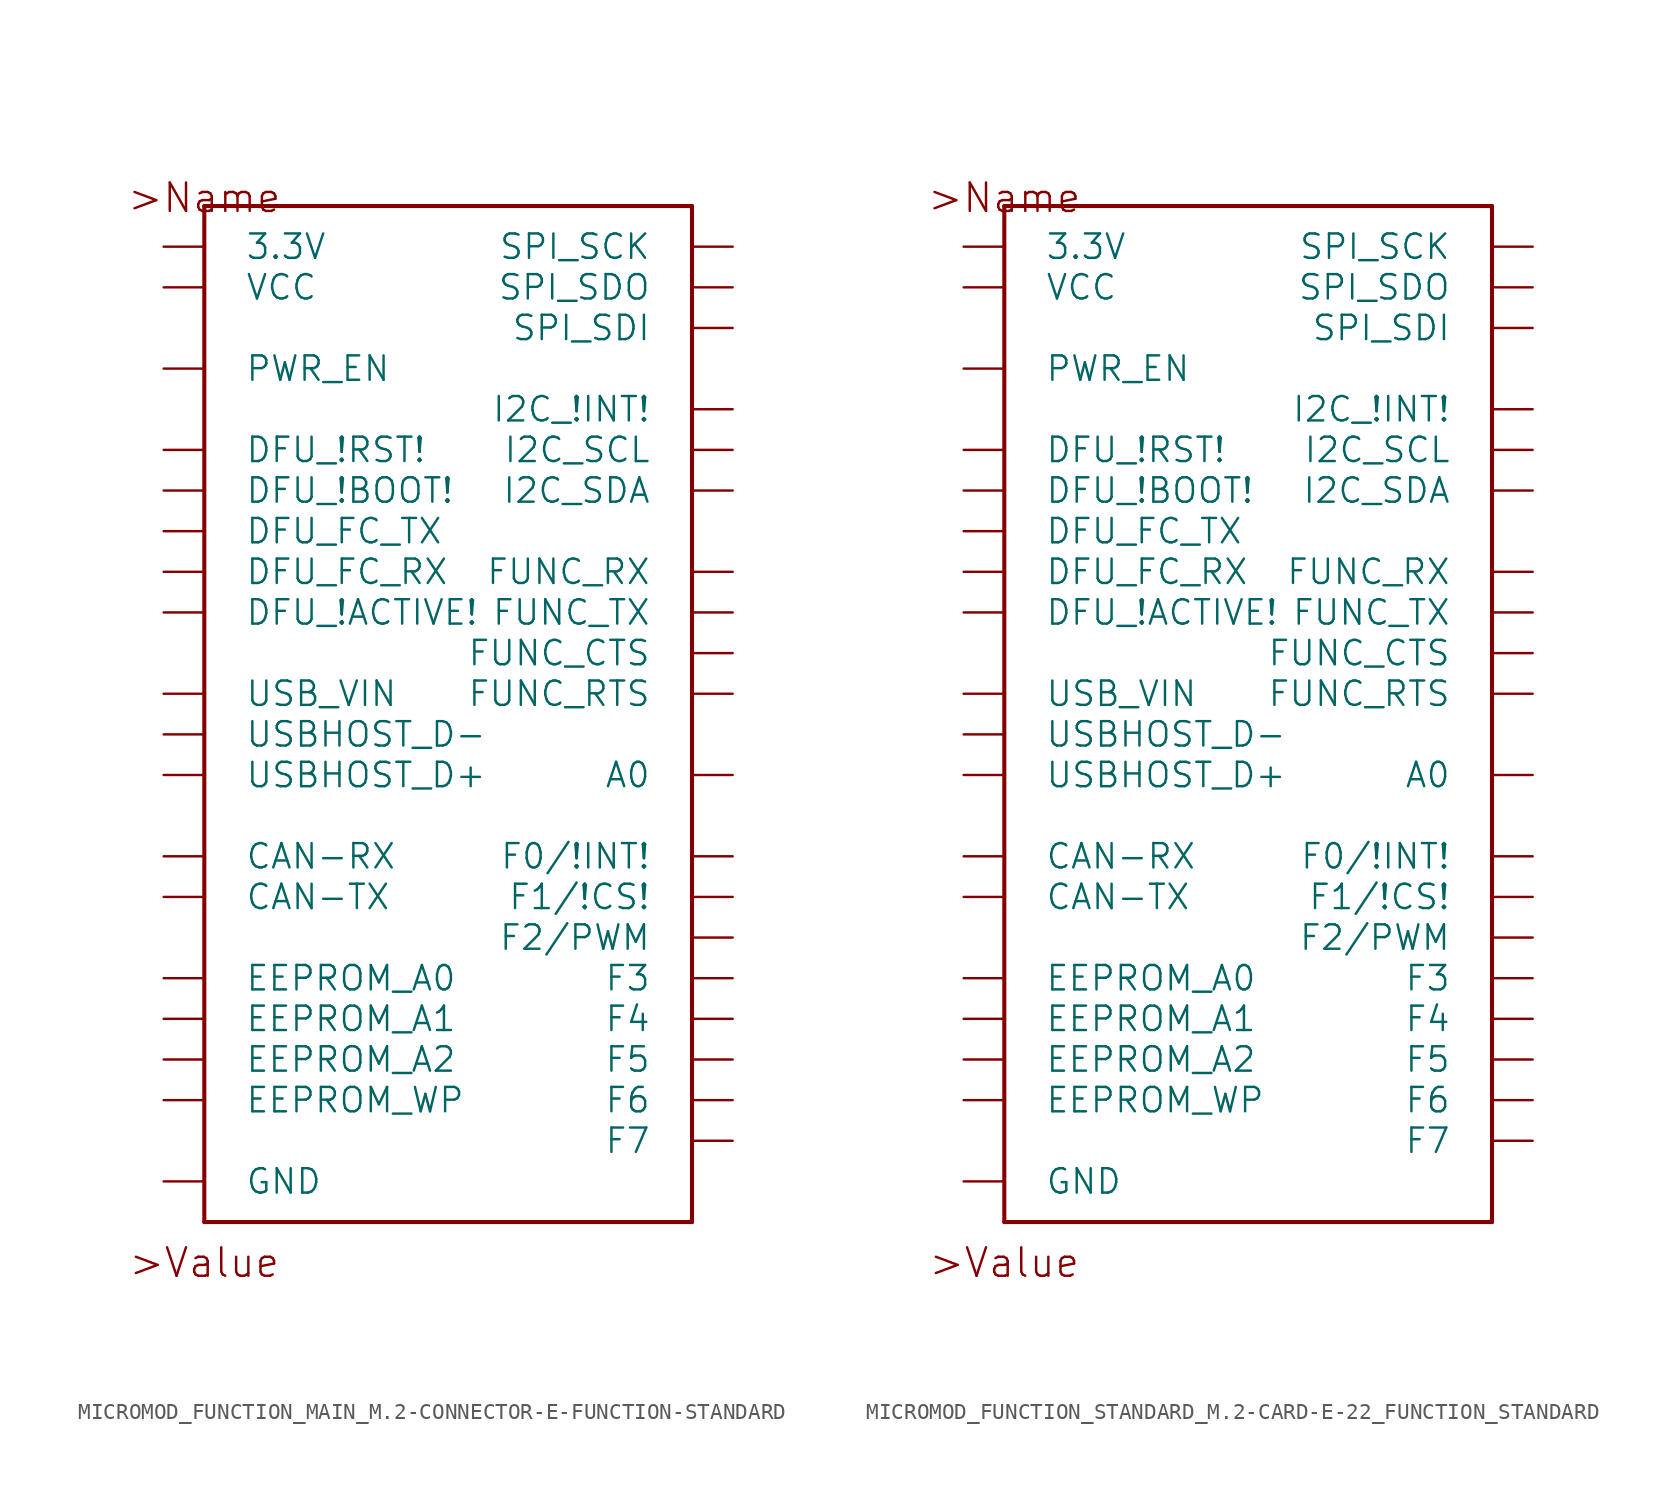
<source format=kicad_sym>
(kicad_symbol_lib
  (version 20211014)
  (generator kicad_symbol_editor)
  (symbol "MICROMOD_FUNCTION_MAIN_M.2-CONNECTOR-E-FUNCTION-STANDARD"
    (pin_names
      (offset 2.54))
    (property "Reference" "U"
      (at 0 0 0)
      (effects (font (size 0 0)) hide))
    (symbol "MICROMOD_FUNCTION_MAIN_M.2-CONNECTOR-E-FUNCTION-STANDARD_0_0"
      (polyline (pts (xy -15.24 -35.56) (xy -15.24 27.94)) (stroke (width 0.254) (type default) (color 0 0 0 0)) (fill (type none)))
      (polyline (pts (xy -15.24 27.94) (xy 15.24 27.94)) (stroke (width 0.254) (type default) (color 0 0 0 0)) (fill (type none)))
      (polyline (pts (xy 15.24 -35.56) (xy -15.24 -35.56)) (stroke (width 0.254) (type default) (color 0 0 0 0)) (fill (type none)))
      (polyline (pts (xy 15.24 27.94) (xy 15.24 -35.56)) (stroke (width 0.254) (type default) (color 0 0 0 0)) (fill (type none)))
      (text ">Name" (at -15.24 28.448 0) (effects (font (size 1.778 1.778))))
      (text ">Value" (at -15.24 -38.1 0) (effects (font (size 1.778 1.778))))
      (pin bidirectional line (at -17.78 -33.02 0) (length 2.54) (name "GND" (effects (font (size 1.524 1.524)))) (number "1" (effects (font (size 0 0)))))
      (pin bidirectional line (at -17.78 2.54 0) (length 2.54) (name "DFU_!ACTIVE!" (effects (font (size 1.524 1.524)))) (number "10" (effects (font (size 0 0)))))
      (pin bidirectional line (at 17.78 2.54 180) (length 2.54) (name "FUNC_TX" (effects (font (size 1.524 1.524)))) (number "13" (effects (font (size 0 0)))))
      (pin bidirectional line (at 17.78 5.08 180) (length 2.54) (name "FUNC_RX" (effects (font (size 1.524 1.524)))) (number "15" (effects (font (size 0 0)))))
      (pin bidirectional line (at 17.78 -2.54 180) (length 2.54) (name "FUNC_RTS" (effects (font (size 1.524 1.524)))) (number "16" (effects (font (size 0 0)))))
      (pin bidirectional line (at 17.78 0 180) (length 2.54) (name "FUNC_CTS" (effects (font (size 1.524 1.524)))) (number "18" (effects (font (size 0 0)))))
      (pin bidirectional line (at 17.78 10.16 180) (length 2.54) (name "I2C_SDA" (effects (font (size 1.524 1.524)))) (number "19" (effects (font (size 0 0)))))
      (pin bidirectional line (at -17.78 -33.02 0) (length 2.54) hide (name "GND" (effects (font (size 1.524 1.524)))) (number "2" (effects (font (size 0 0)))))
      (pin bidirectional line (at 17.78 12.7 180) (length 2.54) (name "I2C_SCL" (effects (font (size 1.524 1.524)))) (number "21" (effects (font (size 0 0)))))
      (pin bidirectional line (at 17.78 15.24 180) (length 2.54) (name "I2C_!INT!" (effects (font (size 1.524 1.524)))) (number "23" (effects (font (size 0 0)))))
      (pin bidirectional line (at 17.78 25.4 180) (length 2.54) (name "SPI_SCK" (effects (font (size 1.524 1.524)))) (number "3" (effects (font (size 0 0)))))
      (pin bidirectional line (at -17.78 -25.4 0) (length 2.54) (name "EEPROM_A2" (effects (font (size 1.524 1.524)))) (number "32" (effects (font (size 0 0)))))
      (pin bidirectional line (at -17.78 -33.02 0) (length 2.54) hide (name "GND" (effects (font (size 1.524 1.524)))) (number "33" (effects (font (size 0 0)))))
      (pin bidirectional line (at -17.78 -22.86 0) (length 2.54) (name "EEPROM_A1" (effects (font (size 1.524 1.524)))) (number "34" (effects (font (size 0 0)))))
      (pin bidirectional line (at -17.78 -7.62 0) (length 2.54) (name "USBHOST_D+" (effects (font (size 1.524 1.524)))) (number "35" (effects (font (size 0 0)))))
      (pin bidirectional line (at -17.78 -20.32 0) (length 2.54) (name "EEPROM_A0" (effects (font (size 1.524 1.524)))) (number "36" (effects (font (size 0 0)))))
      (pin bidirectional line (at -17.78 -5.08 0) (length 2.54) (name "USBHOST_D-" (effects (font (size 1.524 1.524)))) (number "37" (effects (font (size 0 0)))))
      (pin bidirectional line (at 17.78 -7.62 180) (length 2.54) (name "A0" (effects (font (size 1.524 1.524)))) (number "38" (effects (font (size 0 0)))))
      (pin bidirectional line (at -17.78 -33.02 0) (length 2.54) hide (name "GND" (effects (font (size 1.524 1.524)))) (number "39" (effects (font (size 0 0)))))
      (pin bidirectional line (at -17.78 7.62 0) (length 2.54) (name "DFU_FC_TX" (effects (font (size 1.524 1.524)))) (number "4" (effects (font (size 0 0)))))
      (pin bidirectional line (at -17.78 -27.94 0) (length 2.54) (name "EEPROM_WP" (effects (font (size 1.524 1.524)))) (number "40" (effects (font (size 0 0)))))
      (pin bidirectional line (at -17.78 -15.24 0) (length 2.54) (name "CAN-TX" (effects (font (size 1.524 1.524)))) (number "41" (effects (font (size 0 0)))))
      (pin bidirectional line (at -17.78 -12.7 0) (length 2.54) (name "CAN-RX" (effects (font (size 1.524 1.524)))) (number "43" (effects (font (size 0 0)))))
      (pin bidirectional line (at -17.78 -33.02 0) (length 2.54) hide (name "GND" (effects (font (size 1.524 1.524)))) (number "45" (effects (font (size 0 0)))))
      (pin bidirectional line (at 17.78 -12.7 180) (length 2.54) (name "F0/!INT!" (effects (font (size 1.524 1.524)))) (number "47" (effects (font (size 0 0)))))
      (pin bidirectional line (at 17.78 -15.24 180) (length 2.54) (name "F1/!CS!" (effects (font (size 1.524 1.524)))) (number "49" (effects (font (size 0 0)))))
      (pin bidirectional line (at 17.78 20.32 180) (length 2.54) (name "SPI_SDI" (effects (font (size 1.524 1.524)))) (number "5" (effects (font (size 0 0)))))
      (pin bidirectional line (at 17.78 -17.78 180) (length 2.54) (name "F2/PWM" (effects (font (size 1.524 1.524)))) (number "51" (effects (font (size 0 0)))))
      (pin bidirectional line (at 17.78 -20.32 180) (length 2.54) (name "F3" (effects (font (size 1.524 1.524)))) (number "53" (effects (font (size 0 0)))))
      (pin bidirectional line (at 17.78 -22.86 180) (length 2.54) (name "F4" (effects (font (size 1.524 1.524)))) (number "55" (effects (font (size 0 0)))))
      (pin bidirectional line (at 17.78 -25.4 180) (length 2.54) (name "F5" (effects (font (size 1.524 1.524)))) (number "57" (effects (font (size 0 0)))))
      (pin bidirectional line (at 17.78 -27.94 180) (length 2.54) (name "F6" (effects (font (size 1.524 1.524)))) (number "59" (effects (font (size 0 0)))))
      (pin bidirectional line (at -17.78 5.08 0) (length 2.54) (name "DFU_FC_RX" (effects (font (size 1.524 1.524)))) (number "6" (effects (font (size 0 0)))))
      (pin bidirectional line (at 17.78 -30.48 180) (length 2.54) (name "F7" (effects (font (size 1.524 1.524)))) (number "61" (effects (font (size 0 0)))))
      (pin bidirectional line (at -17.78 10.16 0) (length 2.54) (name "DFU_!BOOT!" (effects (font (size 1.524 1.524)))) (number "66" (effects (font (size 0 0)))))
      (pin bidirectional line (at -17.78 12.7 0) (length 2.54) (name "DFU_!RST!" (effects (font (size 1.524 1.524)))) (number "68" (effects (font (size 0 0)))))
      (pin bidirectional line (at 17.78 22.86 180) (length 2.54) (name "SPI_SDO" (effects (font (size 1.524 1.524)))) (number "7" (effects (font (size 0 0)))))
      (pin bidirectional line (at -17.78 -2.54 0) (length 2.54) (name "USB_VIN" (effects (font (size 1.524 1.524)))) (number "70" (effects (font (size 0 0)))))
      (pin bidirectional line (at -17.78 17.78 0) (length 2.54) (name "PWR_EN" (effects (font (size 1.524 1.524)))) (number "71" (effects (font (size 0 0)))))
      (pin bidirectional line (at -17.78 22.86 0) (length 2.54) (name "VCC" (effects (font (size 1.524 1.524)))) (number "72" (effects (font (size 0 0)))))
      (pin bidirectional line (at -17.78 25.4 0) (length 2.54) (name "3.3V" (effects (font (size 1.524 1.524)))) (number "73" (effects (font (size 0 0)))))
      (pin bidirectional line (at -17.78 22.86 0) (length 2.54) hide (name "VCC" (effects (font (size 1.524 1.524)))) (number "74" (effects (font (size 0 0)))))
      (pin bidirectional line (at -17.78 -33.02 0) (length 2.54) hide (name "GND" (effects (font (size 1.524 1.524)))) (number "75" (effects (font (size 0 0)))))
      (pin bidirectional line (at -17.78 -33.02 0) (length 2.54) hide (name "GND" (effects (font (size 1.524 1.524)))) (number "8" (effects (font (size 0 0)))))))
  (symbol "MICROMOD_FUNCTION_STANDARD_M.2-CARD-E-22_FUNCTION_STANDARD"
    (pin_names
      (offset 2.54))
    (property "Reference" "U"
      (at 0 0 0)
      (effects (font (size 0 0)) hide))
    (symbol "MICROMOD_FUNCTION_STANDARD_M.2-CARD-E-22_FUNCTION_STANDARD_0_0"
      (polyline (pts (xy -15.24 -35.56) (xy -15.24 27.94)) (stroke (width 0.254) (type default) (color 0 0 0 0)) (fill (type none)))
      (polyline (pts (xy -15.24 27.94) (xy 15.24 27.94)) (stroke (width 0.254) (type default) (color 0 0 0 0)) (fill (type none)))
      (polyline (pts (xy 15.24 -35.56) (xy -15.24 -35.56)) (stroke (width 0.254) (type default) (color 0 0 0 0)) (fill (type none)))
      (polyline (pts (xy 15.24 27.94) (xy 15.24 -35.56)) (stroke (width 0.254) (type default) (color 0 0 0 0)) (fill (type none)))
      (text ">Name" (at -15.24 28.448 0) (effects (font (size 1.778 1.778))))
      (text ">Value" (at -15.24 -38.1 0) (effects (font (size 1.778 1.778))))
      (pin bidirectional line (at -17.78 -33.02 0) (length 2.54) (name "GND" (effects (font (size 1.524 1.524)))) (number "1" (effects (font (size 0 0)))))
      (pin bidirectional line (at -17.78 2.54 0) (length 2.54) (name "DFU_!ACTIVE!" (effects (font (size 1.524 1.524)))) (number "10" (effects (font (size 0 0)))))
      (pin bidirectional line (at 17.78 2.54 180) (length 2.54) (name "FUNC_TX" (effects (font (size 1.524 1.524)))) (number "13" (effects (font (size 0 0)))))
      (pin bidirectional line (at 17.78 5.08 180) (length 2.54) (name "FUNC_RX" (effects (font (size 1.524 1.524)))) (number "15" (effects (font (size 0 0)))))
      (pin bidirectional line (at 17.78 -2.54 180) (length 2.54) (name "FUNC_RTS" (effects (font (size 1.524 1.524)))) (number "16" (effects (font (size 0 0)))))
      (pin bidirectional line (at 17.78 0 180) (length 2.54) (name "FUNC_CTS" (effects (font (size 1.524 1.524)))) (number "18" (effects (font (size 0 0)))))
      (pin bidirectional line (at 17.78 10.16 180) (length 2.54) (name "I2C_SDA" (effects (font (size 1.524 1.524)))) (number "19" (effects (font (size 0 0)))))
      (pin bidirectional line (at -17.78 -33.02 0) (length 2.54) hide (name "GND" (effects (font (size 1.524 1.524)))) (number "2" (effects (font (size 0 0)))))
      (pin bidirectional line (at 17.78 12.7 180) (length 2.54) (name "I2C_SCL" (effects (font (size 1.524 1.524)))) (number "21" (effects (font (size 0 0)))))
      (pin bidirectional line (at 17.78 15.24 180) (length 2.54) (name "I2C_!INT!" (effects (font (size 1.524 1.524)))) (number "23" (effects (font (size 0 0)))))
      (pin bidirectional line (at 17.78 25.4 180) (length 2.54) (name "SPI_SCK" (effects (font (size 1.524 1.524)))) (number "3" (effects (font (size 0 0)))))
      (pin bidirectional line (at -17.78 -25.4 0) (length 2.54) (name "EEPROM_A2" (effects (font (size 1.524 1.524)))) (number "32" (effects (font (size 0 0)))))
      (pin bidirectional line (at -17.78 -33.02 0) (length 2.54) hide (name "GND" (effects (font (size 1.524 1.524)))) (number "33" (effects (font (size 0 0)))))
      (pin bidirectional line (at -17.78 -22.86 0) (length 2.54) (name "EEPROM_A1" (effects (font (size 1.524 1.524)))) (number "34" (effects (font (size 0 0)))))
      (pin bidirectional line (at -17.78 -7.62 0) (length 2.54) (name "USBHOST_D+" (effects (font (size 1.524 1.524)))) (number "35" (effects (font (size 0 0)))))
      (pin bidirectional line (at -17.78 -20.32 0) (length 2.54) (name "EEPROM_A0" (effects (font (size 1.524 1.524)))) (number "36" (effects (font (size 0 0)))))
      (pin bidirectional line (at -17.78 -5.08 0) (length 2.54) (name "USBHOST_D-" (effects (font (size 1.524 1.524)))) (number "37" (effects (font (size 0 0)))))
      (pin bidirectional line (at 17.78 -7.62 180) (length 2.54) (name "A0" (effects (font (size 1.524 1.524)))) (number "38" (effects (font (size 0 0)))))
      (pin bidirectional line (at -17.78 -33.02 0) (length 2.54) hide (name "GND" (effects (font (size 1.524 1.524)))) (number "39" (effects (font (size 0 0)))))
      (pin bidirectional line (at -17.78 7.62 0) (length 2.54) (name "DFU_FC_TX" (effects (font (size 1.524 1.524)))) (number "4" (effects (font (size 0 0)))))
      (pin bidirectional line (at -17.78 -27.94 0) (length 2.54) (name "EEPROM_WP" (effects (font (size 1.524 1.524)))) (number "40" (effects (font (size 0 0)))))
      (pin bidirectional line (at -17.78 -15.24 0) (length 2.54) (name "CAN-TX" (effects (font (size 1.524 1.524)))) (number "41" (effects (font (size 0 0)))))
      (pin bidirectional line (at -17.78 -12.7 0) (length 2.54) (name "CAN-RX" (effects (font (size 1.524 1.524)))) (number "43" (effects (font (size 0 0)))))
      (pin bidirectional line (at -17.78 -33.02 0) (length 2.54) hide (name "GND" (effects (font (size 1.524 1.524)))) (number "45" (effects (font (size 0 0)))))
      (pin bidirectional line (at 17.78 -12.7 180) (length 2.54) (name "F0/!INT!" (effects (font (size 1.524 1.524)))) (number "47" (effects (font (size 0 0)))))
      (pin bidirectional line (at 17.78 -15.24 180) (length 2.54) (name "F1/!CS!" (effects (font (size 1.524 1.524)))) (number "49" (effects (font (size 0 0)))))
      (pin bidirectional line (at 17.78 20.32 180) (length 2.54) (name "SPI_SDI" (effects (font (size 1.524 1.524)))) (number "5" (effects (font (size 0 0)))))
      (pin bidirectional line (at 17.78 -17.78 180) (length 2.54) (name "F2/PWM" (effects (font (size 1.524 1.524)))) (number "51" (effects (font (size 0 0)))))
      (pin bidirectional line (at 17.78 -20.32 180) (length 2.54) (name "F3" (effects (font (size 1.524 1.524)))) (number "53" (effects (font (size 0 0)))))
      (pin bidirectional line (at 17.78 -22.86 180) (length 2.54) (name "F4" (effects (font (size 1.524 1.524)))) (number "55" (effects (font (size 0 0)))))
      (pin bidirectional line (at 17.78 -25.4 180) (length 2.54) (name "F5" (effects (font (size 1.524 1.524)))) (number "57" (effects (font (size 0 0)))))
      (pin bidirectional line (at 17.78 -27.94 180) (length 2.54) (name "F6" (effects (font (size 1.524 1.524)))) (number "59" (effects (font (size 0 0)))))
      (pin bidirectional line (at -17.78 5.08 0) (length 2.54) (name "DFU_FC_RX" (effects (font (size 1.524 1.524)))) (number "6" (effects (font (size 0 0)))))
      (pin bidirectional line (at 17.78 -30.48 180) (length 2.54) (name "F7" (effects (font (size 1.524 1.524)))) (number "61" (effects (font (size 0 0)))))
      (pin bidirectional line (at -17.78 10.16 0) (length 2.54) (name "DFU_!BOOT!" (effects (font (size 1.524 1.524)))) (number "66" (effects (font (size 0 0)))))
      (pin bidirectional line (at -17.78 12.7 0) (length 2.54) (name "DFU_!RST!" (effects (font (size 1.524 1.524)))) (number "68" (effects (font (size 0 0)))))
      (pin bidirectional line (at 17.78 22.86 180) (length 2.54) (name "SPI_SDO" (effects (font (size 1.524 1.524)))) (number "7" (effects (font (size 0 0)))))
      (pin bidirectional line (at -17.78 -2.54 0) (length 2.54) (name "USB_VIN" (effects (font (size 1.524 1.524)))) (number "70" (effects (font (size 0 0)))))
      (pin bidirectional line (at -17.78 17.78 0) (length 2.54) (name "PWR_EN" (effects (font (size 1.524 1.524)))) (number "71" (effects (font (size 0 0)))))
      (pin bidirectional line (at -17.78 22.86 0) (length 2.54) (name "VCC" (effects (font (size 1.524 1.524)))) (number "72" (effects (font (size 0 0)))))
      (pin bidirectional line (at -17.78 25.4 0) (length 2.54) (name "3.3V" (effects (font (size 1.524 1.524)))) (number "73" (effects (font (size 0 0)))))
      (pin bidirectional line (at -17.78 22.86 0) (length 2.54) hide (name "VCC" (effects (font (size 1.524 1.524)))) (number "74" (effects (font (size 0 0)))))
      (pin bidirectional line (at -17.78 -33.02 0) (length 2.54) hide (name "GND" (effects (font (size 1.524 1.524)))) (number "75" (effects (font (size 0 0)))))
      (pin bidirectional line (at -17.78 -33.02 0) (length 2.54) hide (name "GND" (effects (font (size 1.524 1.524)))) (number "8" (effects (font (size 0 0)))))
      (pin bidirectional line (at -17.78 -33.02 0) (length 2.54) hide (name "GND" (effects (font (size 1.524 1.524)))) (number "GND1" (effects (font (size 0 0)))))
      (pin bidirectional line (at -17.78 -33.02 0) (length 2.54) hide (name "GND" (effects (font (size 1.524 1.524)))) (number "GND2" (effects (font (size 0 0)))))
      (pin bidirectional line (at -17.78 -33.02 0) (length 2.54) hide (name "GND" (effects (font (size 1.524 1.524)))) (number "GND3" (effects (font (size 0 0)))))
      (pin bidirectional line (at -17.78 -33.02 0) (length 2.54) hide (name "GND" (effects (font (size 1.524 1.524)))) (number "GND4" (effects (font (size 0 0)))))
      (pin bidirectional line (at -17.78 -33.02 0) (length 2.54) hide (name "GND" (effects (font (size 1.524 1.524)))) (number "GND5" (effects (font (size 0 0)))))
      (pin bidirectional line (at -17.78 -33.02 0) (length 2.54) hide (name "GND" (effects (font (size 1.524 1.524)))) (number "GND6" (effects (font (size 0 0))))))))
</source>
